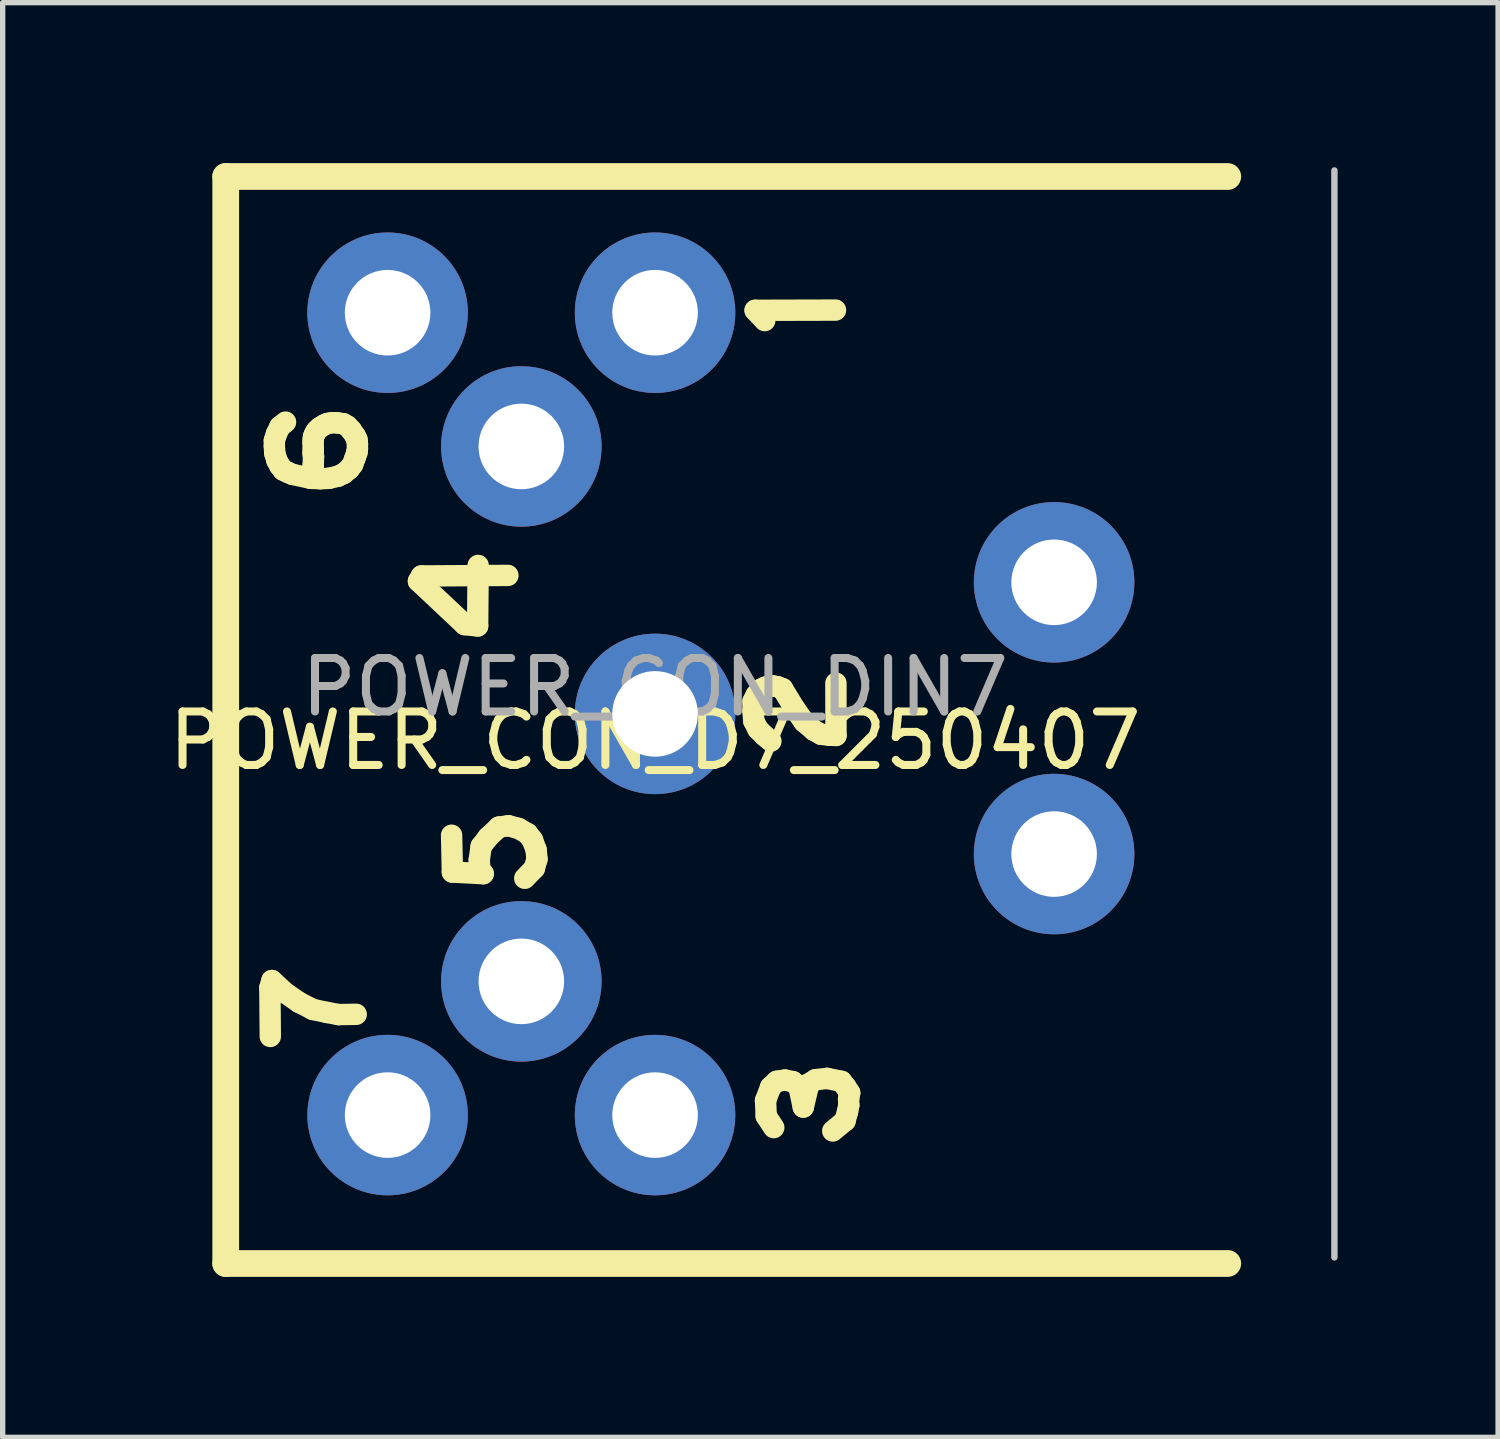
<source format=kicad_pcb>
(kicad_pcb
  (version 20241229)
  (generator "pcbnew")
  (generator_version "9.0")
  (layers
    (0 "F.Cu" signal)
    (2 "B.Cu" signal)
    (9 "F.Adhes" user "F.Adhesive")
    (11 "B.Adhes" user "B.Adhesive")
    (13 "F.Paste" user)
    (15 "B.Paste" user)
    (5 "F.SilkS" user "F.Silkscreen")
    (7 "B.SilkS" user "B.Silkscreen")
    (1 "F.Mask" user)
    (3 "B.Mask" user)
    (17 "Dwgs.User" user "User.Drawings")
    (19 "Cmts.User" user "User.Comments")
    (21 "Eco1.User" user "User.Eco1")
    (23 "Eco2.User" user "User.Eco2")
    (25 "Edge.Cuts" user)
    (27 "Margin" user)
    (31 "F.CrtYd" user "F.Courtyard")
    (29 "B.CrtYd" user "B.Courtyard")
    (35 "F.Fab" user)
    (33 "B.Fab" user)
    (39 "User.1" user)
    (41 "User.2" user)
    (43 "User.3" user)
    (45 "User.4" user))
  (footprint "POWER_CON_D7_250407"
    (layer "F.Cu")
    (at 9.196 10.296)
    (property "Reference" "POWER_CON_D7_250407" (at 0 0.5 0) (layer "F.SilkS") (effects (font (size 1 1) (thickness 0.15))))
    (attr through_hole)
    (fp_line (start -8.026 -10.046) (end 10.706 -10.046) (stroke (width 0.5) (type solid)) (layer "F.SilkS"))
    (fp_line (start -8.026 10.274) (end -8.026 -10.046) (stroke (width 0.5) (type solid)) (layer "F.SilkS"))
    (fp_line (start -7.201 5.119) (end -7.163 4.985) (stroke (width 0.4) (type solid)) (layer "F.SilkS"))
    (fp_line (start -7.193 6.03) (end -7.201 5.119) (stroke (width 0.4) (type solid)) (layer "F.SilkS"))
    (fp_line (start -7.163 4.985) (end -6.913 5.215) (stroke (width 0.4) (type solid)) (layer "F.SilkS"))
    (fp_line (start -7.117 -5.111) (end -7.117 -5.008) (stroke (width 0.4) (type solid)) (layer "F.SilkS"))
    (fp_line (start -7.117 -5.008) (end -7.11 -4.877) (stroke (width 0.4) (type solid)) (layer "F.SilkS"))
    (fp_line (start -7.11 -4.877) (end -7.069 -4.738) (stroke (width 0.4) (type solid)) (layer "F.SilkS"))
    (fp_line (start -7.077 -5.238) (end -7.117 -5.111) (stroke (width 0.4) (type solid)) (layer "F.SilkS"))
    (fp_line (start -7.069 -4.738) (end -7.014 -4.637) (stroke (width 0.4) (type solid)) (layer "F.SilkS"))
    (fp_line (start -7.014 -5.369) (end -7.077 -5.238) (stroke (width 0.4) (type solid)) (layer "F.SilkS"))
    (fp_line (start -7.014 -4.637) (end -6.953 -4.558) (stroke (width 0.4) (type solid)) (layer "F.SilkS"))
    (fp_line (start -6.953 -4.558) (end -6.865 -4.515) (stroke (width 0.4) (type solid)) (layer "F.SilkS"))
    (fp_line (start -6.913 5.215) (end -6.658 5.391) (stroke (width 0.4) (type solid)) (layer "F.SilkS"))
    (fp_line (start -6.908 -5.455) (end -7.014 -5.369) (stroke (width 0.4) (type solid)) (layer "F.SilkS"))
    (fp_line (start -6.865 -4.515) (end -6.779 -4.478) (stroke (width 0.4) (type solid)) (layer "F.SilkS"))
    (fp_line (start -6.779 -4.478) (end -6.438 -4.404) (stroke (width 0.4) (type solid)) (layer "F.SilkS"))
    (fp_line (start -6.658 5.391) (end -6.398 5.525) (stroke (width 0.4) (type solid)) (layer "F.SilkS"))
    (fp_line (start -6.438 -4.404) (end -6.256 -4.397) (stroke (width 0.4) (type solid)) (layer "F.SilkS"))
    (fp_line (start -6.398 5.525) (end -6.133 5.581) (stroke (width 0.4) (type solid)) (layer "F.SilkS"))
    (fp_line (start -6.393 -5.071) (end -6.39 -4.952) (stroke (width 0.4) (type solid)) (layer "F.SilkS"))
    (fp_line (start -6.393 -4.874) (end -6.385 -4.811) (stroke (width 0.4) (type solid)) (layer "F.SilkS"))
    (fp_line (start -6.39 -5.147) (end -6.393 -5.071) (stroke (width 0.4) (type solid)) (layer "F.SilkS"))
    (fp_line (start -6.39 -4.952) (end -6.393 -4.874) (stroke (width 0.4) (type solid)) (layer "F.SilkS"))
    (fp_line (start -6.39 -4.654) (end -6.4 -4.5) (stroke (width 0.4) (type solid)) (layer "F.SilkS"))
    (fp_line (start -6.385 -4.811) (end -6.39 -4.654) (stroke (width 0.4) (type solid)) (layer "F.SilkS"))
    (fp_line (start -6.38 -5.19) (end -6.39 -5.147) (stroke (width 0.4) (type solid)) (layer "F.SilkS"))
    (fp_line (start -6.372 -5.215) (end -6.38 -5.19) (stroke (width 0.4) (type solid)) (layer "F.SilkS"))
    (fp_line (start -6.35 -5.26) (end -6.372 -5.215) (stroke (width 0.4) (type solid)) (layer "F.SilkS"))
    (fp_line (start -6.319 -5.303) (end -6.35 -5.26) (stroke (width 0.4) (type solid)) (layer "F.SilkS"))
    (fp_line (start -6.269 -5.351) (end -6.319 -5.303) (stroke (width 0.4) (type solid)) (layer "F.SilkS"))
    (fp_line (start -6.256 -4.397) (end -6.095 -4.404) (stroke (width 0.4) (type solid)) (layer "F.SilkS"))
    (fp_line (start -6.186 -5.402) (end -6.269 -5.351) (stroke (width 0.4) (type solid)) (layer "F.SilkS"))
    (fp_line (start -6.133 5.581) (end -5.915 5.621) (stroke (width 0.4) (type solid)) (layer "F.SilkS"))
    (fp_line (start -6.125 -5.429) (end -6.186 -5.402) (stroke (width 0.4) (type solid)) (layer "F.SilkS"))
    (fp_line (start -6.095 -4.404) (end -5.931 -4.442) (stroke (width 0.4) (type solid)) (layer "F.SilkS"))
    (fp_line (start -6.037 -5.445) (end -6.125 -5.429) (stroke (width 0.4) (type solid)) (layer "F.SilkS"))
    (fp_line (start -5.933 -5.44) (end -6.037 -5.445) (stroke (width 0.4) (type solid)) (layer "F.SilkS"))
    (fp_line (start -5.931 -4.442) (end -5.822 -4.493) (stroke (width 0.4) (type solid)) (layer "F.SilkS"))
    (fp_line (start -5.915 5.621) (end -5.587 5.616) (stroke (width 0.4) (type solid)) (layer "F.SilkS"))
    (fp_line (start -5.824 -5.424) (end -5.933 -5.44) (stroke (width 0.4) (type solid)) (layer "F.SilkS"))
    (fp_line (start -5.822 -4.493) (end -5.716 -4.581) (stroke (width 0.4) (type solid)) (layer "F.SilkS"))
    (fp_line (start -5.751 -5.381) (end -5.824 -5.424) (stroke (width 0.4) (type solid)) (layer "F.SilkS"))
    (fp_line (start -5.716 -4.581) (end -5.653 -4.664) (stroke (width 0.4) (type solid)) (layer "F.SilkS"))
    (fp_line (start -5.681 -5.306) (end -5.751 -5.381) (stroke (width 0.4) (type solid)) (layer "F.SilkS"))
    (fp_line (start -5.653 -4.664) (end -5.61 -4.783) (stroke (width 0.4) (type solid)) (layer "F.SilkS"))
    (fp_line (start -5.61 -4.783) (end -5.574 -4.884) (stroke (width 0.4) (type solid)) (layer "F.SilkS"))
    (fp_line (start -5.605 -5.197) (end -5.681 -5.306) (stroke (width 0.4) (type solid)) (layer "F.SilkS"))
    (fp_line (start -5.574 -4.884) (end -5.564 -4.957) (stroke (width 0.4) (type solid)) (layer "F.SilkS"))
    (fp_line (start -5.572 -5.127) (end -5.605 -5.197) (stroke (width 0.4) (type solid)) (layer "F.SilkS"))
    (fp_line (start -5.564 -5.048) (end -5.572 -5.127) (stroke (width 0.4) (type solid)) (layer "F.SilkS"))
    (fp_line (start -5.564 -4.957) (end -5.564 -5.048) (stroke (width 0.4) (type solid)) (layer "F.SilkS"))
    (fp_line (start -4.423 -2.482) (end -3.559 -1.669) (stroke (width 0.4) (type solid)) (layer "F.SilkS"))
    (fp_line (start -4.367 -2.579) (end -4.423 -2.482) (stroke (width 0.4) (type solid)) (layer "F.SilkS"))
    (fp_line (start -3.804 2.268) (end -3.789 2.957) (stroke (width 0.4) (type solid)) (layer "F.SilkS"))
    (fp_line (start -3.789 2.957) (end -3.213 2.987) (stroke (width 0.4) (type solid)) (layer "F.SilkS"))
    (fp_line (start -3.559 -1.669) (end -3.317 -1.644) (stroke (width 0.4) (type solid)) (layer "F.SilkS"))
    (fp_line (start -3.317 -1.644) (end -3.307 -2.775) (stroke (width 0.4) (type solid)) (layer "F.SilkS"))
    (fp_line (start -3.287 2.73) (end -3.251 2.475) (stroke (width 0.4) (type solid)) (layer "F.SilkS"))
    (fp_line (start -3.271 2.972) (end -3.287 2.73) (stroke (width 0.4) (type solid)) (layer "F.SilkS"))
    (fp_line (start -3.251 2.475) (end -3.12 2.305) (stroke (width 0.4) (type solid)) (layer "F.SilkS"))
    (fp_line (start -3.213 2.987) (end -3.271 2.972) (stroke (width 0.4) (type solid)) (layer "F.SilkS"))
    (fp_line (start -3.12 2.305) (end -2.92 2.116) (stroke (width 0.4) (type solid)) (layer "F.SilkS"))
    (fp_line (start -2.92 2.116) (end -2.741 2.091) (stroke (width 0.4) (type solid)) (layer "F.SilkS"))
    (fp_line (start -2.751 -2.589) (end -4.367 -2.579) (stroke (width 0.4) (type solid)) (layer "F.SilkS"))
    (fp_line (start -2.741 2.091) (end -2.552 2.141) (stroke (width 0.4) (type solid)) (layer "F.SilkS"))
    (fp_line (start -2.552 2.141) (end -2.385 2.237) (stroke (width 0.4) (type solid)) (layer "F.SilkS"))
    (fp_line (start -2.385 2.237) (end -2.292 2.356) (stroke (width 0.4) (type solid)) (layer "F.SilkS"))
    (fp_line (start -2.292 2.356) (end -2.223 2.543) (stroke (width 0.4) (type solid)) (layer "F.SilkS"))
    (fp_line (start -2.256 2.886) (end -2.436 3.073) (stroke (width 0.4) (type solid)) (layer "F.SilkS"))
    (fp_line (start -2.223 2.543) (end -2.208 2.715) (stroke (width 0.4) (type solid)) (layer "F.SilkS"))
    (fp_line (start -2.208 2.715) (end -2.256 2.886) (stroke (width 0.4) (type solid)) (layer "F.SilkS"))
    (fp_line (start 1.832 -0.234) (end 1.888 -0.349) (stroke (width 0.4) (type solid)) (layer "F.SilkS"))
    (fp_line (start 1.832 -0.046) (end 1.832 -0.234) (stroke (width 0.4) (type solid)) (layer "F.SilkS"))
    (fp_line (start 1.845 0.129) (end 1.832 -0.046) (stroke (width 0.4) (type solid)) (layer "F.SilkS"))
    (fp_line (start 1.871 -7.545) (end 3.373 -7.549) (stroke (width 0.4) (type solid)) (layer "F.SilkS"))
    (fp_line (start 1.888 -0.349) (end 1.986 -0.464) (stroke (width 0.4) (type solid)) (layer "F.SilkS"))
    (fp_line (start 1.922 0.283) (end 1.845 0.129) (stroke (width 0.4) (type solid)) (layer "F.SilkS"))
    (fp_line (start 1.986 -0.464) (end 2.067 -0.502) (stroke (width 0.4) (type solid)) (layer "F.SilkS"))
    (fp_line (start 2.041 0.403) (end 1.922 0.283) (stroke (width 0.4) (type solid)) (layer "F.SilkS"))
    (fp_line (start 2.05 -7.353) (end 1.871 -7.545) (stroke (width 0.4) (type solid)) (layer "F.SilkS"))
    (fp_line (start 2.065 7.229) (end 2.16 6.976) (stroke (width 0.4) (type solid)) (layer "F.SilkS"))
    (fp_line (start 2.067 -0.502) (end 2.199 -0.524) (stroke (width 0.4) (type solid)) (layer "F.SilkS"))
    (fp_line (start 2.078 7.518) (end 2.065 7.229) (stroke (width 0.4) (type solid)) (layer "F.SilkS"))
    (fp_line (start 2.16 6.976) (end 2.275 6.868) (stroke (width 0.4) (type solid)) (layer "F.SilkS"))
    (fp_line (start 2.165 0.509) (end 2.041 0.403) (stroke (width 0.4) (type solid)) (layer "F.SilkS"))
    (fp_line (start 2.199 -0.524) (end 2.293 -0.507) (stroke (width 0.4) (type solid)) (layer "F.SilkS"))
    (fp_line (start 2.219 7.734) (end 2.078 7.518) (stroke (width 0.4) (type solid)) (layer "F.SilkS"))
    (fp_line (start 2.275 6.868) (end 2.429 6.845) (stroke (width 0.4) (type solid)) (layer "F.SilkS"))
    (fp_line (start 2.293 -0.507) (end 2.383 -0.472) (stroke (width 0.4) (type solid)) (layer "F.SilkS"))
    (fp_line (start 2.383 -0.472) (end 2.609 -0.101) (stroke (width 0.4) (type solid)) (layer "F.SilkS"))
    (fp_line (start 2.429 6.845) (end 2.574 6.874) (stroke (width 0.4) (type solid)) (layer "F.SilkS"))
    (fp_line (start 2.574 6.874) (end 2.686 6.956) (stroke (width 0.4) (type solid)) (layer "F.SilkS"))
    (fp_line (start 2.609 -0.101) (end 2.788 0.151) (stroke (width 0.4) (type solid)) (layer "F.SilkS"))
    (fp_line (start 2.686 6.956) (end 2.771 7.35) (stroke (width 0.4) (type solid)) (layer "F.SilkS"))
    (fp_line (start 2.771 7.35) (end 2.874 6.916) (stroke (width 0.4) (type solid)) (layer "F.SilkS"))
    (fp_line (start 2.788 0.151) (end 2.972 0.309) (stroke (width 0.4) (type solid)) (layer "F.SilkS"))
    (fp_line (start 2.874 6.916) (end 3.001 6.838) (stroke (width 0.4) (type solid)) (layer "F.SilkS"))
    (fp_line (start 2.972 0.309) (end 3.104 0.381) (stroke (width 0.4) (type solid)) (layer "F.SilkS"))
    (fp_line (start 3.001 6.838) (end 3.214 6.814) (stroke (width 0.4) (type solid)) (layer "F.SilkS"))
    (fp_line (start 3.104 0.381) (end 3.253 0.398) (stroke (width 0.4) (type solid)) (layer "F.SilkS"))
    (fp_line (start 3.214 6.814) (end 3.485 6.869) (stroke (width 0.4) (type solid)) (layer "F.SilkS"))
    (fp_line (start 3.253 0.398) (end 3.382 0.403) (stroke (width 0.4) (type solid)) (layer "F.SilkS"))
    (fp_line (start 3.382 0.403) (end 3.381 -0.575) (stroke (width 0.4) (type solid)) (layer "F.SilkS"))
    (fp_line (start 3.485 6.869) (end 3.563 6.968) (stroke (width 0.4) (type solid)) (layer "F.SilkS"))
    (fp_line (start 3.552 7.606) (end 3.322 7.797) (stroke (width 0.4) (type solid)) (layer "F.SilkS"))
    (fp_line (start 3.563 6.968) (end 3.638 7.084) (stroke (width 0.4) (type solid)) (layer "F.SilkS"))
    (fp_line (start 3.598 7.436) (end 3.552 7.606) (stroke (width 0.4) (type solid)) (layer "F.SilkS"))
    (fp_line (start 3.618 7.196) (end 3.621 7.314) (stroke (width 0.4) (type solid)) (layer "F.SilkS"))
    (fp_line (start 3.621 7.314) (end 3.598 7.436) (stroke (width 0.4) (type solid)) (layer "F.SilkS"))
    (fp_line (start 3.638 7.084) (end 3.618 7.196) (stroke (width 0.4) (type solid)) (layer "F.SilkS"))
    (fp_line (start 10.706 10.274) (end -8.026 10.274) (stroke (width 0.5) (type solid)) (layer "F.SilkS"))
    (fp_line (start 12.7 -10.16) (end 12.7 10.16) (stroke (width 0.12) (type solid)) (layer "Dwgs.User"))
    (fp_text user "POWER_CON_DIN7" (at 0 -0.5 0) (layer "F.Fab") (effects (font (size 1 1) (thickness 0.15))))
    (pad "1" thru_hole circle (at 0 -7.5) (size 3 3) (drill 1.6) (layers "*.Cu" "*.Mask"))
    (pad "1" thru_hole circle (at 7.46 -2.46) (size 3 3) (drill 1.6) (layers "*.Cu" "*.Mask"))
    (pad "1" thru_hole circle (at 7.46 2.62) (size 3 3) (drill 1.6) (layers "*.Cu" "*.Mask"))
    (pad "2" thru_hole circle (at 0 0) (size 3 3) (drill 1.6) (layers "*.Cu" "*.Mask"))
    (pad "3" thru_hole circle (at 0 7.5) (size 3 3) (drill 1.6) (layers "*.Cu" "*.Mask"))
    (pad "4" thru_hole circle (at -2.5 -5) (size 3 3) (drill 1.6) (layers "*.Cu" "*.Mask"))
    (pad "5" thru_hole circle (at -2.5 5) (size 3 3) (drill 1.6) (layers "*.Cu" "*.Mask"))
    (pad "6" thru_hole circle (at -5 -7.5) (size 3 3) (drill 1.6) (layers "*.Cu" "*.Mask"))
    (pad "7" thru_hole circle (at -5 7.5) (size 3 3) (drill 1.6) (layers "*.Cu" "*.Mask")))
  (gr_rect
    (start -3 -3)
    (end 24.956 23.82)
    (stroke (width 0.1) (type default))
    (fill no)
    (layer "Edge.Cuts")))
</source>
